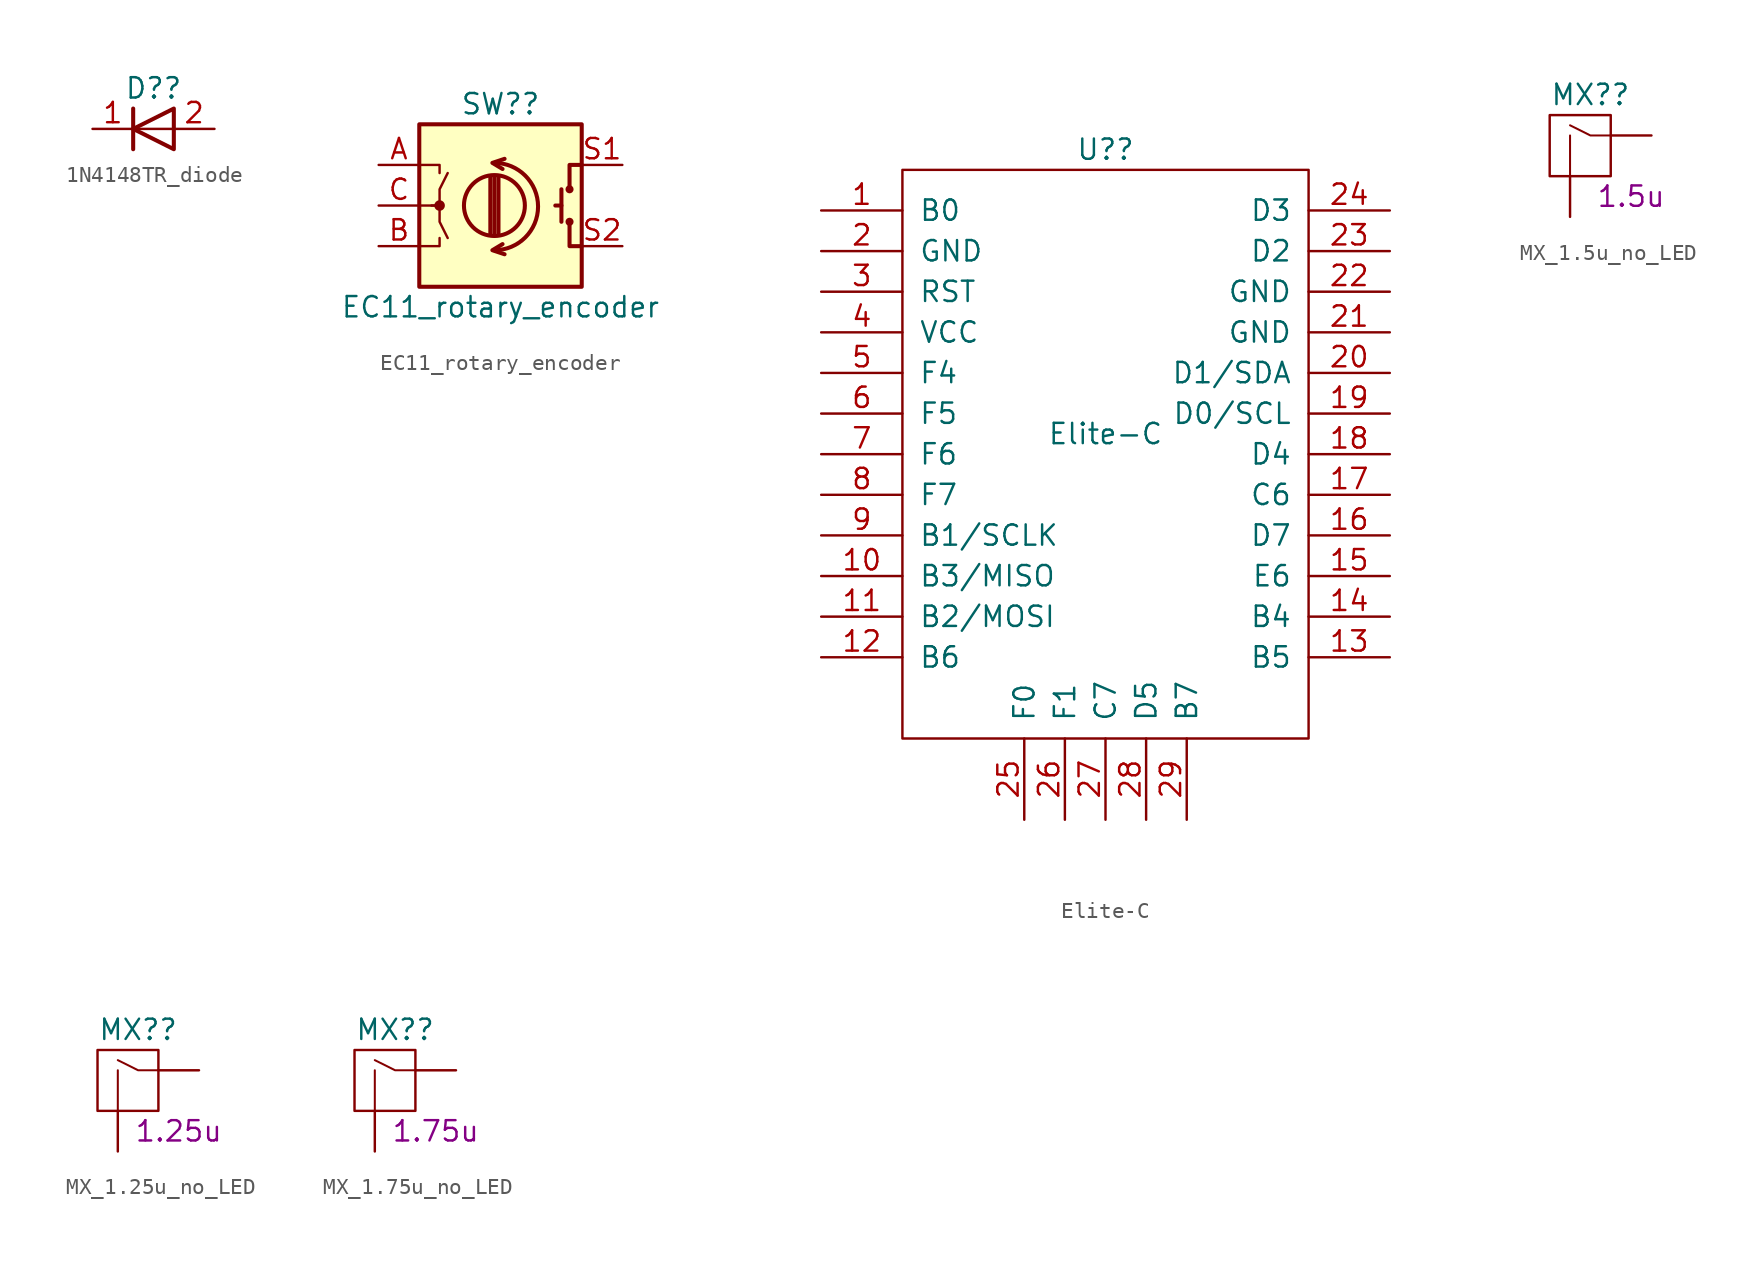
<source format=kicad_sym>
(kicad_symbol_lib
  (version 20211014)
  (generator kicad_symbol_editor)
  (symbol "1N4148TR_diode"
    (pin_names
      (offset 1.016))
    (property "Reference" "D?"
      (at 0 2.54 0)
      (effects (font (size 1.27 1.27))))
    (symbol "1N4148TR_diode_1_1"
      (polyline (pts (xy -1.27 1.27) (xy -1.27 -1.27)) (stroke (width 0.254) (type default) (color 0 0 0 0)) (fill (type none)))
      (polyline (pts (xy 1.27 0) (xy -1.27 0)) (stroke (width 0) (type default) (color 0 0 0 0)) (fill (type none)))
      (polyline (pts (xy 1.27 1.27) (xy 1.27 -1.27) (xy -1.27 0) (xy 1.27 1.27)) (stroke (width 0.254) (type default) (color 0 0 0 0)) (fill (type none)))
      (pin passive line (at -3.81 0 0) (length 2.54) (name "~" (effects (font (size 1.27 1.27)))) (number "1" (effects (font (size 1.27 1.27)))))
      (pin passive line (at 3.81 0 180) (length 2.54) (name "~" (effects (font (size 1.27 1.27)))) (number "2" (effects (font (size 1.27 1.27)))))))
  (symbol "EC11_rotary_encoder"
    (pin_names
      (offset 1.016))
    (property "Reference" "SW?"
      (at 0 6.35 0)
      (effects (font (size 1.27 1.27))))
    (property "Value" "EC11_rotary_encoder"
      (at 0 -6.35 0)
      (effects (font (size 1.27 1.27))))
    (symbol "EC11_rotary_encoder_1_1"
      (rectangle (start -5.08 5.08) (end 5.08 -5.08) (stroke (width 0.254) (type default) (color 0 0 0 0)) (fill (type background)))
      (circle (center -3.81 0) (radius 0.254) (stroke (width 0) (type default) (color 0 0 0 0)) (fill (type outline)))
      (arc (start -0.381 -2.794) (mid 2.3622 -0.0635) (end -0.381 2.667) (stroke (width 0.254) (type default) (color 0 0 0 0)) (fill (type none)))
      (circle (center -0.381 0) (radius 1.905) (stroke (width 0.254) (type default) (color 0 0 0 0)) (fill (type none)))
      (polyline (pts (xy -0.635 -1.778) (xy -0.635 1.778)) (stroke (width 0.254) (type default) (color 0 0 0 0)) (fill (type none)))
      (polyline (pts (xy -0.381 -1.778) (xy -0.381 1.778)) (stroke (width 0.254) (type default) (color 0 0 0 0)) (fill (type none)))
      (polyline (pts (xy -0.127 1.778) (xy -0.127 -1.778)) (stroke (width 0.254) (type default) (color 0 0 0 0)) (fill (type none)))
      (polyline (pts (xy 3.81 0) (xy 3.429 0)) (stroke (width 0.254) (type default) (color 0 0 0 0)) (fill (type none)))
      (polyline (pts (xy 3.81 1.016) (xy 3.81 -1.016)) (stroke (width 0.254) (type default) (color 0 0 0 0)) (fill (type none)))
      (polyline (pts (xy -5.08 -2.54) (xy -3.81 -2.54) (xy -3.81 -2.032)) (stroke (width 0) (type default) (color 0 0 0 0)) (fill (type none)))
      (polyline (pts (xy -5.08 2.54) (xy -3.81 2.54) (xy -3.81 2.032)) (stroke (width 0) (type default) (color 0 0 0 0)) (fill (type none)))
      (polyline (pts (xy 0.254 -3.048) (xy -0.508 -2.794) (xy 0.127 -2.413)) (stroke (width 0.254) (type default) (color 0 0 0 0)) (fill (type none)))
      (polyline (pts (xy 0.254 2.921) (xy -0.508 2.667) (xy 0.127 2.286)) (stroke (width 0.254) (type default) (color 0 0 0 0)) (fill (type none)))
      (polyline (pts (xy 5.08 -2.54) (xy 4.318 -2.54) (xy 4.318 -1.016)) (stroke (width 0.254) (type default) (color 0 0 0 0)) (fill (type none)))
      (polyline (pts (xy 5.08 2.54) (xy 4.318 2.54) (xy 4.318 1.016)) (stroke (width 0.254) (type default) (color 0 0 0 0)) (fill (type none)))
      (polyline (pts (xy -5.08 0) (xy -3.81 0) (xy -3.81 -1.016) (xy -3.302 -2.032)) (stroke (width 0) (type default) (color 0 0 0 0)) (fill (type none)))
      (polyline (pts (xy -4.318 0) (xy -3.81 0) (xy -3.81 1.016) (xy -3.302 2.032)) (stroke (width 0) (type default) (color 0 0 0 0)) (fill (type none)))
      (circle (center 4.318 -1.016) (radius 0.127) (stroke (width 0.254) (type default) (color 0 0 0 0)) (fill (type none)))
      (circle (center 4.318 1.016) (radius 0.127) (stroke (width 0.254) (type default) (color 0 0 0 0)) (fill (type none)))
      (pin passive line (at -7.62 2.54 0) (length 2.54) (name "~" (effects (font (size 1.27 1.27)))) (number "A" (effects (font (size 1.27 1.27)))))
      (pin passive line (at -7.62 -2.54 0) (length 2.54) (name "~" (effects (font (size 1.27 1.27)))) (number "B" (effects (font (size 1.27 1.27)))))
      (pin passive line (at -7.62 0 0) (length 2.54) (name "~" (effects (font (size 1.27 1.27)))) (number "C" (effects (font (size 1.27 1.27)))))
      (pin passive line (at 7.62 2.54 180) (length 2.54) (name "~" (effects (font (size 1.27 1.27)))) (number "S1" (effects (font (size 1.27 1.27)))))
      (pin passive line (at 7.62 -2.54 180) (length 2.54) (name "~" (effects (font (size 1.27 1.27)))) (number "S2" (effects (font (size 1.27 1.27)))))))
  (symbol "Elite-C"
    (pin_names
      (offset 1.016))
    (property "Reference" "U?"
      (at 0 17.78 0)
      (effects (font (size 1.27 1.27))))
    (property "Value" "Elite-C"
      (at 0 0 0)
      (effects (font (size 1.27 1.27))))
    (symbol "Elite-C_1_1"
      (rectangle (start 12.7 -19.05) (end -12.7 16.51) (stroke (width 0) (type default) (color 0 0 0 0)) (fill (type none)))
      (pin input line (at -17.78 13.97 0) (length 5.08) (name "B0" (effects (font (size 1.27 1.27)))) (number "1" (effects (font (size 1.27 1.27)))))
      (pin input line (at -17.78 -8.89 0) (length 5.08) (name "B3/MISO" (effects (font (size 1.27 1.27)))) (number "10" (effects (font (size 1.27 1.27)))))
      (pin input line (at -17.78 -11.43 0) (length 5.08) (name "B2/MOSI" (effects (font (size 1.27 1.27)))) (number "11" (effects (font (size 1.27 1.27)))))
      (pin input line (at -17.78 -13.97 0) (length 5.08) (name "B6" (effects (font (size 1.27 1.27)))) (number "12" (effects (font (size 1.27 1.27)))))
      (pin input line (at 17.78 -13.97 180) (length 5.08) (name "B5" (effects (font (size 1.27 1.27)))) (number "13" (effects (font (size 1.27 1.27)))))
      (pin input line (at 17.78 -11.43 180) (length 5.08) (name "B4" (effects (font (size 1.27 1.27)))) (number "14" (effects (font (size 1.27 1.27)))))
      (pin input line (at 17.78 -8.89 180) (length 5.08) (name "E6" (effects (font (size 1.27 1.27)))) (number "15" (effects (font (size 1.27 1.27)))))
      (pin input line (at 17.78 -6.35 180) (length 5.08) (name "D7" (effects (font (size 1.27 1.27)))) (number "16" (effects (font (size 1.27 1.27)))))
      (pin input line (at 17.78 -3.81 180) (length 5.08) (name "C6" (effects (font (size 1.27 1.27)))) (number "17" (effects (font (size 1.27 1.27)))))
      (pin input line (at 17.78 -1.27 180) (length 5.08) (name "D4" (effects (font (size 1.27 1.27)))) (number "18" (effects (font (size 1.27 1.27)))))
      (pin input line (at 17.78 1.27 180) (length 5.08) (name "D0/SCL" (effects (font (size 1.27 1.27)))) (number "19" (effects (font (size 1.27 1.27)))))
      (pin input line (at -17.78 11.43 0) (length 5.08) (name "GND" (effects (font (size 1.27 1.27)))) (number "2" (effects (font (size 1.27 1.27)))))
      (pin input line (at 17.78 3.81 180) (length 5.08) (name "D1/SDA" (effects (font (size 1.27 1.27)))) (number "20" (effects (font (size 1.27 1.27)))))
      (pin input line (at 17.78 6.35 180) (length 5.08) (name "GND" (effects (font (size 1.27 1.27)))) (number "21" (effects (font (size 1.27 1.27)))))
      (pin input line (at 17.78 8.89 180) (length 5.08) (name "GND" (effects (font (size 1.27 1.27)))) (number "22" (effects (font (size 1.27 1.27)))))
      (pin input line (at 17.78 11.43 180) (length 5.08) (name "D2" (effects (font (size 1.27 1.27)))) (number "23" (effects (font (size 1.27 1.27)))))
      (pin input line (at 17.78 13.97 180) (length 5.08) (name "D3" (effects (font (size 1.27 1.27)))) (number "24" (effects (font (size 1.27 1.27)))))
      (pin input line (at -5.08 -24.13 90) (length 5.08) (name "F0" (effects (font (size 1.27 1.27)))) (number "25" (effects (font (size 1.27 1.27)))))
      (pin input line (at -2.54 -24.13 90) (length 5.08) (name "F1" (effects (font (size 1.27 1.27)))) (number "26" (effects (font (size 1.27 1.27)))))
      (pin input line (at 0 -24.13 90) (length 5.08) (name "C7" (effects (font (size 1.27 1.27)))) (number "27" (effects (font (size 1.27 1.27)))))
      (pin input line (at 2.54 -24.13 90) (length 5.08) (name "D5" (effects (font (size 1.27 1.27)))) (number "28" (effects (font (size 1.27 1.27)))))
      (pin input line (at 5.08 -24.13 90) (length 5.08) (name "B7" (effects (font (size 1.27 1.27)))) (number "29" (effects (font (size 1.27 1.27)))))
      (pin input line (at -17.78 8.89 0) (length 5.08) (name "RST" (effects (font (size 1.27 1.27)))) (number "3" (effects (font (size 1.27 1.27)))))
      (pin input line (at -17.78 6.35 0) (length 5.08) (name "VCC" (effects (font (size 1.27 1.27)))) (number "4" (effects (font (size 1.27 1.27)))))
      (pin input line (at -17.78 3.81 0) (length 5.08) (name "F4" (effects (font (size 1.27 1.27)))) (number "5" (effects (font (size 1.27 1.27)))))
      (pin input line (at -17.78 1.27 0) (length 5.08) (name "F5" (effects (font (size 1.27 1.27)))) (number "6" (effects (font (size 1.27 1.27)))))
      (pin input line (at -17.78 -1.27 0) (length 5.08) (name "F6" (effects (font (size 1.27 1.27)))) (number "7" (effects (font (size 1.27 1.27)))))
      (pin input line (at -17.78 -3.81 0) (length 5.08) (name "F7" (effects (font (size 1.27 1.27)))) (number "8" (effects (font (size 1.27 1.27)))))
      (pin input line (at -17.78 -6.35 0) (length 5.08) (name "B1/SCLK" (effects (font (size 1.27 1.27)))) (number "9" (effects (font (size 1.27 1.27)))))))
  (symbol "MX_1.5u_no_LED"
    (pin_names
      (offset 1.016))
    (property "Reference" "MX?"
      (at 1.27 2.54 0)
      (effects (font (size 1.27 1.27))))
    (property "Size" "1.5u"
      (at 3.81 -3.81 0)
      (effects (font (size 1.27 1.27))))
    (symbol "MX_1.5u_no_LED_1_1"
      (rectangle (start -1.27 1.27) (end 2.54 -2.54) (stroke (width 0) (type default) (color 0 0 0 0)) (fill (type none)))
      (polyline (pts (xy 0 -2.54) (xy 0 0)) (stroke (width 0.127) (type default) (color 0 0 0 0)) (fill (type none)))
      (polyline (pts (xy 2.54 0) (xy 1.27 0) (xy 0 0.635)) (stroke (width 0.127) (type default) (color 0 0 0 0)) (fill (type none)))
      (pin passive line (at 5.08 0 180) (length 2.54) (name "COL" (effects (font (size 0 0)))) (number "1" (effects (font (size 0 0)))))
      (pin passive line (at 0 -5.08 90) (length 2.54) (name "ROW" (effects (font (size 0 0)))) (number "2" (effects (font (size 0 0)))))))
  (symbol "MX_1.25u_no_LED"
    (pin_names
      (offset 1.016))
    (property "Reference" "MX?"
      (at 1.27 2.54 0)
      (effects (font (size 1.27 1.27))))
    (property "Size" "1.25u"
      (at 3.81 -3.81 0)
      (effects (font (size 1.27 1.27))))
    (symbol "MX_1.25u_no_LED_1_1"
      (rectangle (start -1.27 1.27) (end 2.54 -2.54) (stroke (width 0) (type default) (color 0 0 0 0)) (fill (type none)))
      (polyline (pts (xy 0 -2.54) (xy 0 0)) (stroke (width 0.127) (type default) (color 0 0 0 0)) (fill (type none)))
      (polyline (pts (xy 2.54 0) (xy 1.27 0) (xy 0 0.635)) (stroke (width 0.127) (type default) (color 0 0 0 0)) (fill (type none)))
      (pin passive line (at 5.08 0 180) (length 2.54) (name "COL" (effects (font (size 0 0)))) (number "1" (effects (font (size 0 0)))))
      (pin passive line (at 0 -5.08 90) (length 2.54) (name "ROW" (effects (font (size 0 0)))) (number "2" (effects (font (size 0 0)))))))
  (symbol "MX_1.75u_no_LED"
    (pin_names
      (offset 1.016))
    (property "Reference" "MX?"
      (at 1.27 2.54 0)
      (effects (font (size 1.27 1.27))))
    (property "Size" "1.75u"
      (at 3.81 -3.81 0)
      (effects (font (size 1.27 1.27))))
    (symbol "MX_1.75u_no_LED_1_1"
      (rectangle (start -1.27 1.27) (end 2.54 -2.54) (stroke (width 0) (type default) (color 0 0 0 0)) (fill (type none)))
      (polyline (pts (xy 0 -2.54) (xy 0 0)) (stroke (width 0.127) (type default) (color 0 0 0 0)) (fill (type none)))
      (polyline (pts (xy 2.54 0) (xy 1.27 0) (xy 0 0.635)) (stroke (width 0.127) (type default) (color 0 0 0 0)) (fill (type none)))
      (pin passive line (at 5.08 0 180) (length 2.54) (name "COL" (effects (font (size 0 0)))) (number "1" (effects (font (size 0 0)))))
      (pin passive line (at 0 -5.08 90) (length 2.54) (name "ROW" (effects (font (size 0 0)))) (number "2" (effects (font (size 0 0))))))))
</source>
